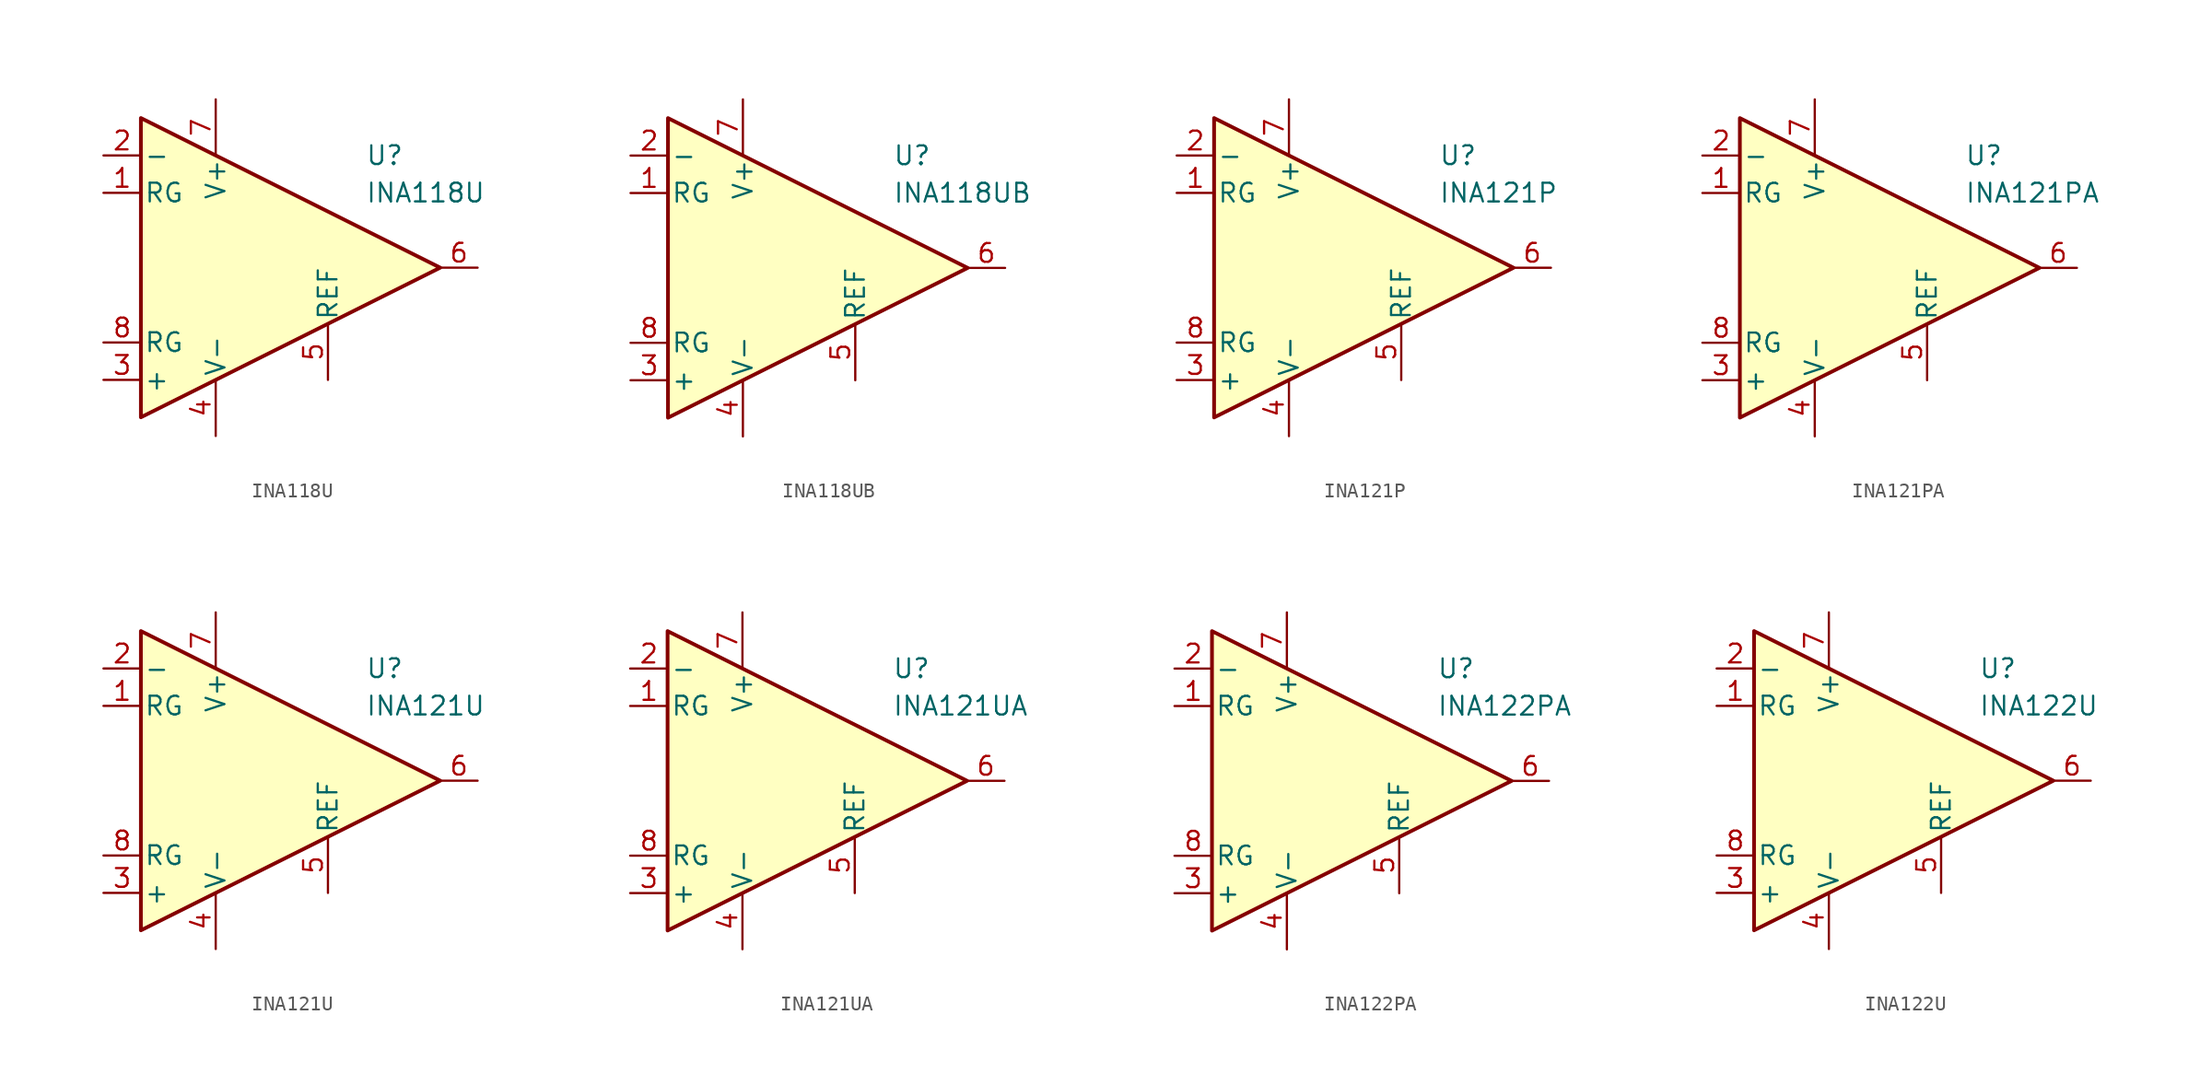
<source format=kicad_sym>
(kicad_symbol_lib
  (version 20211014)
  (generator kicad_symbol_editor)
  (symbol "INA118U"
    (pin_names
      (offset 0.2))
    (property "Reference" "U"
      (at 6.35 7.62 0)
      (effects (font (size 1.27 1.27)) (justify left)))
    (property "Value" "INA118U"
      (at 6.35 5.08 0)
      (effects (font (size 1.27 1.27)) (justify left)))
    (symbol "INA118U_0_1"
      (polyline (pts (xy -8.89 10.16) (xy -8.89 -10.16) (xy 11.43 0) (xy -8.89 10.16)) (stroke (width 0.254) (type default) (color 0 0 0 0)) (fill (type background))))
    (symbol "INA118U_1_1"
      (pin passive line (at -11.43 5.08 0) (length 2.54) (name "RG" (effects (font (size 1.27 1.27)))) (number "1" (effects (font (size 1.27 1.27)))))
      (pin input line (at -11.43 7.62 0) (length 2.54) (name "-" (effects (font (size 1.27 1.27)))) (number "2" (effects (font (size 1.27 1.27)))))
      (pin input line (at -11.43 -7.62 0) (length 2.54) (name "+" (effects (font (size 1.27 1.27)))) (number "3" (effects (font (size 1.27 1.27)))))
      (pin power_in line (at -3.81 -11.43 90) (length 3.81) (name "V-" (effects (font (size 1.27 1.27)))) (number "4" (effects (font (size 1.27 1.27)))))
      (pin input line (at 3.81 -7.62 90) (length 3.81) (name "REF" (effects (font (size 1.27 1.27)))) (number "5" (effects (font (size 1.27 1.27)))))
      (pin output line (at 13.97 0 180) (length 2.54) (name "~" (effects (font (size 1.27 1.27)))) (number "6" (effects (font (size 1.27 1.27)))))
      (pin power_in line (at -3.81 11.43 270) (length 3.81) (name "V+" (effects (font (size 1.27 1.27)))) (number "7" (effects (font (size 1.27 1.27)))))
      (pin passive line (at -11.43 -5.08 0) (length 2.54) (name "RG" (effects (font (size 1.27 1.27)))) (number "8" (effects (font (size 1.27 1.27)))))))
  (symbol "INA118UB"
    (pin_names
      (offset 0.2))
    (property "Reference" "U"
      (at 6.35 7.62 0)
      (effects (font (size 1.27 1.27)) (justify left)))
    (property "Value" "INA118UB"
      (at 6.35 5.08 0)
      (effects (font (size 1.27 1.27)) (justify left)))
    (symbol "INA118UB_0_1"
      (polyline (pts (xy -8.89 10.16) (xy -8.89 -10.16) (xy 11.43 0) (xy -8.89 10.16)) (stroke (width 0.254) (type default) (color 0 0 0 0)) (fill (type background))))
    (symbol "INA118UB_1_1"
      (pin passive line (at -11.43 5.08 0) (length 2.54) (name "RG" (effects (font (size 1.27 1.27)))) (number "1" (effects (font (size 1.27 1.27)))))
      (pin input line (at -11.43 7.62 0) (length 2.54) (name "-" (effects (font (size 1.27 1.27)))) (number "2" (effects (font (size 1.27 1.27)))))
      (pin input line (at -11.43 -7.62 0) (length 2.54) (name "+" (effects (font (size 1.27 1.27)))) (number "3" (effects (font (size 1.27 1.27)))))
      (pin power_in line (at -3.81 -11.43 90) (length 3.81) (name "V-" (effects (font (size 1.27 1.27)))) (number "4" (effects (font (size 1.27 1.27)))))
      (pin input line (at 3.81 -7.62 90) (length 3.81) (name "REF" (effects (font (size 1.27 1.27)))) (number "5" (effects (font (size 1.27 1.27)))))
      (pin output line (at 13.97 0 180) (length 2.54) (name "~" (effects (font (size 1.27 1.27)))) (number "6" (effects (font (size 1.27 1.27)))))
      (pin power_in line (at -3.81 11.43 270) (length 3.81) (name "V+" (effects (font (size 1.27 1.27)))) (number "7" (effects (font (size 1.27 1.27)))))
      (pin passive line (at -11.43 -5.08 0) (length 2.54) (name "RG" (effects (font (size 1.27 1.27)))) (number "8" (effects (font (size 1.27 1.27)))))))
  (symbol "INA121P"
    (pin_names
      (offset 0.2))
    (property "Reference" "U"
      (at 6.35 7.62 0)
      (effects (font (size 1.27 1.27)) (justify left)))
    (property "Value" "INA121P"
      (at 6.35 5.08 0)
      (effects (font (size 1.27 1.27)) (justify left)))
    (symbol "INA121P_0_1"
      (polyline (pts (xy -8.89 10.16) (xy -8.89 -10.16) (xy 11.43 0) (xy -8.89 10.16)) (stroke (width 0.254) (type default) (color 0 0 0 0)) (fill (type background))))
    (symbol "INA121P_1_1"
      (pin passive line (at -11.43 5.08 0) (length 2.54) (name "RG" (effects (font (size 1.27 1.27)))) (number "1" (effects (font (size 1.27 1.27)))))
      (pin input line (at -11.43 7.62 0) (length 2.54) (name "-" (effects (font (size 1.27 1.27)))) (number "2" (effects (font (size 1.27 1.27)))))
      (pin input line (at -11.43 -7.62 0) (length 2.54) (name "+" (effects (font (size 1.27 1.27)))) (number "3" (effects (font (size 1.27 1.27)))))
      (pin power_in line (at -3.81 -11.43 90) (length 3.81) (name "V-" (effects (font (size 1.27 1.27)))) (number "4" (effects (font (size 1.27 1.27)))))
      (pin input line (at 3.81 -7.62 90) (length 3.81) (name "REF" (effects (font (size 1.27 1.27)))) (number "5" (effects (font (size 1.27 1.27)))))
      (pin output line (at 13.97 0 180) (length 2.54) (name "~" (effects (font (size 1.27 1.27)))) (number "6" (effects (font (size 1.27 1.27)))))
      (pin power_in line (at -3.81 11.43 270) (length 3.81) (name "V+" (effects (font (size 1.27 1.27)))) (number "7" (effects (font (size 1.27 1.27)))))
      (pin passive line (at -11.43 -5.08 0) (length 2.54) (name "RG" (effects (font (size 1.27 1.27)))) (number "8" (effects (font (size 1.27 1.27)))))))
  (symbol "INA121PA"
    (pin_names
      (offset 0.2))
    (property "Reference" "U"
      (at 6.35 7.62 0)
      (effects (font (size 1.27 1.27)) (justify left)))
    (property "Value" "INA121PA"
      (at 6.35 5.08 0)
      (effects (font (size 1.27 1.27)) (justify left)))
    (symbol "INA121PA_0_1"
      (polyline (pts (xy -8.89 10.16) (xy -8.89 -10.16) (xy 11.43 0) (xy -8.89 10.16)) (stroke (width 0.254) (type default) (color 0 0 0 0)) (fill (type background))))
    (symbol "INA121PA_1_1"
      (pin passive line (at -11.43 5.08 0) (length 2.54) (name "RG" (effects (font (size 1.27 1.27)))) (number "1" (effects (font (size 1.27 1.27)))))
      (pin input line (at -11.43 7.62 0) (length 2.54) (name "-" (effects (font (size 1.27 1.27)))) (number "2" (effects (font (size 1.27 1.27)))))
      (pin input line (at -11.43 -7.62 0) (length 2.54) (name "+" (effects (font (size 1.27 1.27)))) (number "3" (effects (font (size 1.27 1.27)))))
      (pin power_in line (at -3.81 -11.43 90) (length 3.81) (name "V-" (effects (font (size 1.27 1.27)))) (number "4" (effects (font (size 1.27 1.27)))))
      (pin input line (at 3.81 -7.62 90) (length 3.81) (name "REF" (effects (font (size 1.27 1.27)))) (number "5" (effects (font (size 1.27 1.27)))))
      (pin output line (at 13.97 0 180) (length 2.54) (name "~" (effects (font (size 1.27 1.27)))) (number "6" (effects (font (size 1.27 1.27)))))
      (pin power_in line (at -3.81 11.43 270) (length 3.81) (name "V+" (effects (font (size 1.27 1.27)))) (number "7" (effects (font (size 1.27 1.27)))))
      (pin passive line (at -11.43 -5.08 0) (length 2.54) (name "RG" (effects (font (size 1.27 1.27)))) (number "8" (effects (font (size 1.27 1.27)))))))
  (symbol "INA121U"
    (pin_names
      (offset 0.2))
    (property "Reference" "U"
      (at 6.35 7.62 0)
      (effects (font (size 1.27 1.27)) (justify left)))
    (property "Value" "INA121U"
      (at 6.35 5.08 0)
      (effects (font (size 1.27 1.27)) (justify left)))
    (symbol "INA121U_0_1"
      (polyline (pts (xy -8.89 10.16) (xy -8.89 -10.16) (xy 11.43 0) (xy -8.89 10.16)) (stroke (width 0.254) (type default) (color 0 0 0 0)) (fill (type background))))
    (symbol "INA121U_1_1"
      (pin passive line (at -11.43 5.08 0) (length 2.54) (name "RG" (effects (font (size 1.27 1.27)))) (number "1" (effects (font (size 1.27 1.27)))))
      (pin input line (at -11.43 7.62 0) (length 2.54) (name "-" (effects (font (size 1.27 1.27)))) (number "2" (effects (font (size 1.27 1.27)))))
      (pin input line (at -11.43 -7.62 0) (length 2.54) (name "+" (effects (font (size 1.27 1.27)))) (number "3" (effects (font (size 1.27 1.27)))))
      (pin power_in line (at -3.81 -11.43 90) (length 3.81) (name "V-" (effects (font (size 1.27 1.27)))) (number "4" (effects (font (size 1.27 1.27)))))
      (pin input line (at 3.81 -7.62 90) (length 3.81) (name "REF" (effects (font (size 1.27 1.27)))) (number "5" (effects (font (size 1.27 1.27)))))
      (pin output line (at 13.97 0 180) (length 2.54) (name "~" (effects (font (size 1.27 1.27)))) (number "6" (effects (font (size 1.27 1.27)))))
      (pin power_in line (at -3.81 11.43 270) (length 3.81) (name "V+" (effects (font (size 1.27 1.27)))) (number "7" (effects (font (size 1.27 1.27)))))
      (pin passive line (at -11.43 -5.08 0) (length 2.54) (name "RG" (effects (font (size 1.27 1.27)))) (number "8" (effects (font (size 1.27 1.27)))))))
  (symbol "INA121UA"
    (pin_names
      (offset 0.2))
    (property "Reference" "U"
      (at 6.35 7.62 0)
      (effects (font (size 1.27 1.27)) (justify left)))
    (property "Value" "INA121UA"
      (at 6.35 5.08 0)
      (effects (font (size 1.27 1.27)) (justify left)))
    (symbol "INA121UA_0_1"
      (polyline (pts (xy -8.89 10.16) (xy -8.89 -10.16) (xy 11.43 0) (xy -8.89 10.16)) (stroke (width 0.254) (type default) (color 0 0 0 0)) (fill (type background))))
    (symbol "INA121UA_1_1"
      (pin passive line (at -11.43 5.08 0) (length 2.54) (name "RG" (effects (font (size 1.27 1.27)))) (number "1" (effects (font (size 1.27 1.27)))))
      (pin input line (at -11.43 7.62 0) (length 2.54) (name "-" (effects (font (size 1.27 1.27)))) (number "2" (effects (font (size 1.27 1.27)))))
      (pin input line (at -11.43 -7.62 0) (length 2.54) (name "+" (effects (font (size 1.27 1.27)))) (number "3" (effects (font (size 1.27 1.27)))))
      (pin power_in line (at -3.81 -11.43 90) (length 3.81) (name "V-" (effects (font (size 1.27 1.27)))) (number "4" (effects (font (size 1.27 1.27)))))
      (pin input line (at 3.81 -7.62 90) (length 3.81) (name "REF" (effects (font (size 1.27 1.27)))) (number "5" (effects (font (size 1.27 1.27)))))
      (pin output line (at 13.97 0 180) (length 2.54) (name "~" (effects (font (size 1.27 1.27)))) (number "6" (effects (font (size 1.27 1.27)))))
      (pin power_in line (at -3.81 11.43 270) (length 3.81) (name "V+" (effects (font (size 1.27 1.27)))) (number "7" (effects (font (size 1.27 1.27)))))
      (pin passive line (at -11.43 -5.08 0) (length 2.54) (name "RG" (effects (font (size 1.27 1.27)))) (number "8" (effects (font (size 1.27 1.27)))))))
  (symbol "INA122PA"
    (pin_names
      (offset 0.2))
    (property "Reference" "U"
      (at 6.35 7.62 0)
      (effects (font (size 1.27 1.27)) (justify left)))
    (property "Value" "INA122PA"
      (at 6.35 5.08 0)
      (effects (font (size 1.27 1.27)) (justify left)))
    (symbol "INA122PA_0_1"
      (polyline (pts (xy -8.89 10.16) (xy -8.89 -10.16) (xy 11.43 0) (xy -8.89 10.16)) (stroke (width 0.254) (type default) (color 0 0 0 0)) (fill (type background))))
    (symbol "INA122PA_1_1"
      (pin passive line (at -11.43 5.08 0) (length 2.54) (name "RG" (effects (font (size 1.27 1.27)))) (number "1" (effects (font (size 1.27 1.27)))))
      (pin input line (at -11.43 7.62 0) (length 2.54) (name "-" (effects (font (size 1.27 1.27)))) (number "2" (effects (font (size 1.27 1.27)))))
      (pin input line (at -11.43 -7.62 0) (length 2.54) (name "+" (effects (font (size 1.27 1.27)))) (number "3" (effects (font (size 1.27 1.27)))))
      (pin power_in line (at -3.81 -11.43 90) (length 3.81) (name "V-" (effects (font (size 1.27 1.27)))) (number "4" (effects (font (size 1.27 1.27)))))
      (pin input line (at 3.81 -7.62 90) (length 3.81) (name "REF" (effects (font (size 1.27 1.27)))) (number "5" (effects (font (size 1.27 1.27)))))
      (pin output line (at 13.97 0 180) (length 2.54) (name "~" (effects (font (size 1.27 1.27)))) (number "6" (effects (font (size 1.27 1.27)))))
      (pin power_in line (at -3.81 11.43 270) (length 3.81) (name "V+" (effects (font (size 1.27 1.27)))) (number "7" (effects (font (size 1.27 1.27)))))
      (pin passive line (at -11.43 -5.08 0) (length 2.54) (name "RG" (effects (font (size 1.27 1.27)))) (number "8" (effects (font (size 1.27 1.27)))))))
  (symbol "INA122U"
    (pin_names
      (offset 0.2))
    (property "Reference" "U"
      (at 6.35 7.62 0)
      (effects (font (size 1.27 1.27)) (justify left)))
    (property "Value" "INA122U"
      (at 6.35 5.08 0)
      (effects (font (size 1.27 1.27)) (justify left)))
    (symbol "INA122U_0_1"
      (polyline (pts (xy -8.89 10.16) (xy -8.89 -10.16) (xy 11.43 0) (xy -8.89 10.16)) (stroke (width 0.254) (type default) (color 0 0 0 0)) (fill (type background))))
    (symbol "INA122U_1_1"
      (pin passive line (at -11.43 5.08 0) (length 2.54) (name "RG" (effects (font (size 1.27 1.27)))) (number "1" (effects (font (size 1.27 1.27)))))
      (pin input line (at -11.43 7.62 0) (length 2.54) (name "-" (effects (font (size 1.27 1.27)))) (number "2" (effects (font (size 1.27 1.27)))))
      (pin input line (at -11.43 -7.62 0) (length 2.54) (name "+" (effects (font (size 1.27 1.27)))) (number "3" (effects (font (size 1.27 1.27)))))
      (pin power_in line (at -3.81 -11.43 90) (length 3.81) (name "V-" (effects (font (size 1.27 1.27)))) (number "4" (effects (font (size 1.27 1.27)))))
      (pin input line (at 3.81 -7.62 90) (length 3.81) (name "REF" (effects (font (size 1.27 1.27)))) (number "5" (effects (font (size 1.27 1.27)))))
      (pin output line (at 13.97 0 180) (length 2.54) (name "~" (effects (font (size 1.27 1.27)))) (number "6" (effects (font (size 1.27 1.27)))))
      (pin power_in line (at -3.81 11.43 270) (length 3.81) (name "V+" (effects (font (size 1.27 1.27)))) (number "7" (effects (font (size 1.27 1.27)))))
      (pin passive line (at -11.43 -5.08 0) (length 2.54) (name "RG" (effects (font (size 1.27 1.27)))) (number "8" (effects (font (size 1.27 1.27))))))))
</source>
